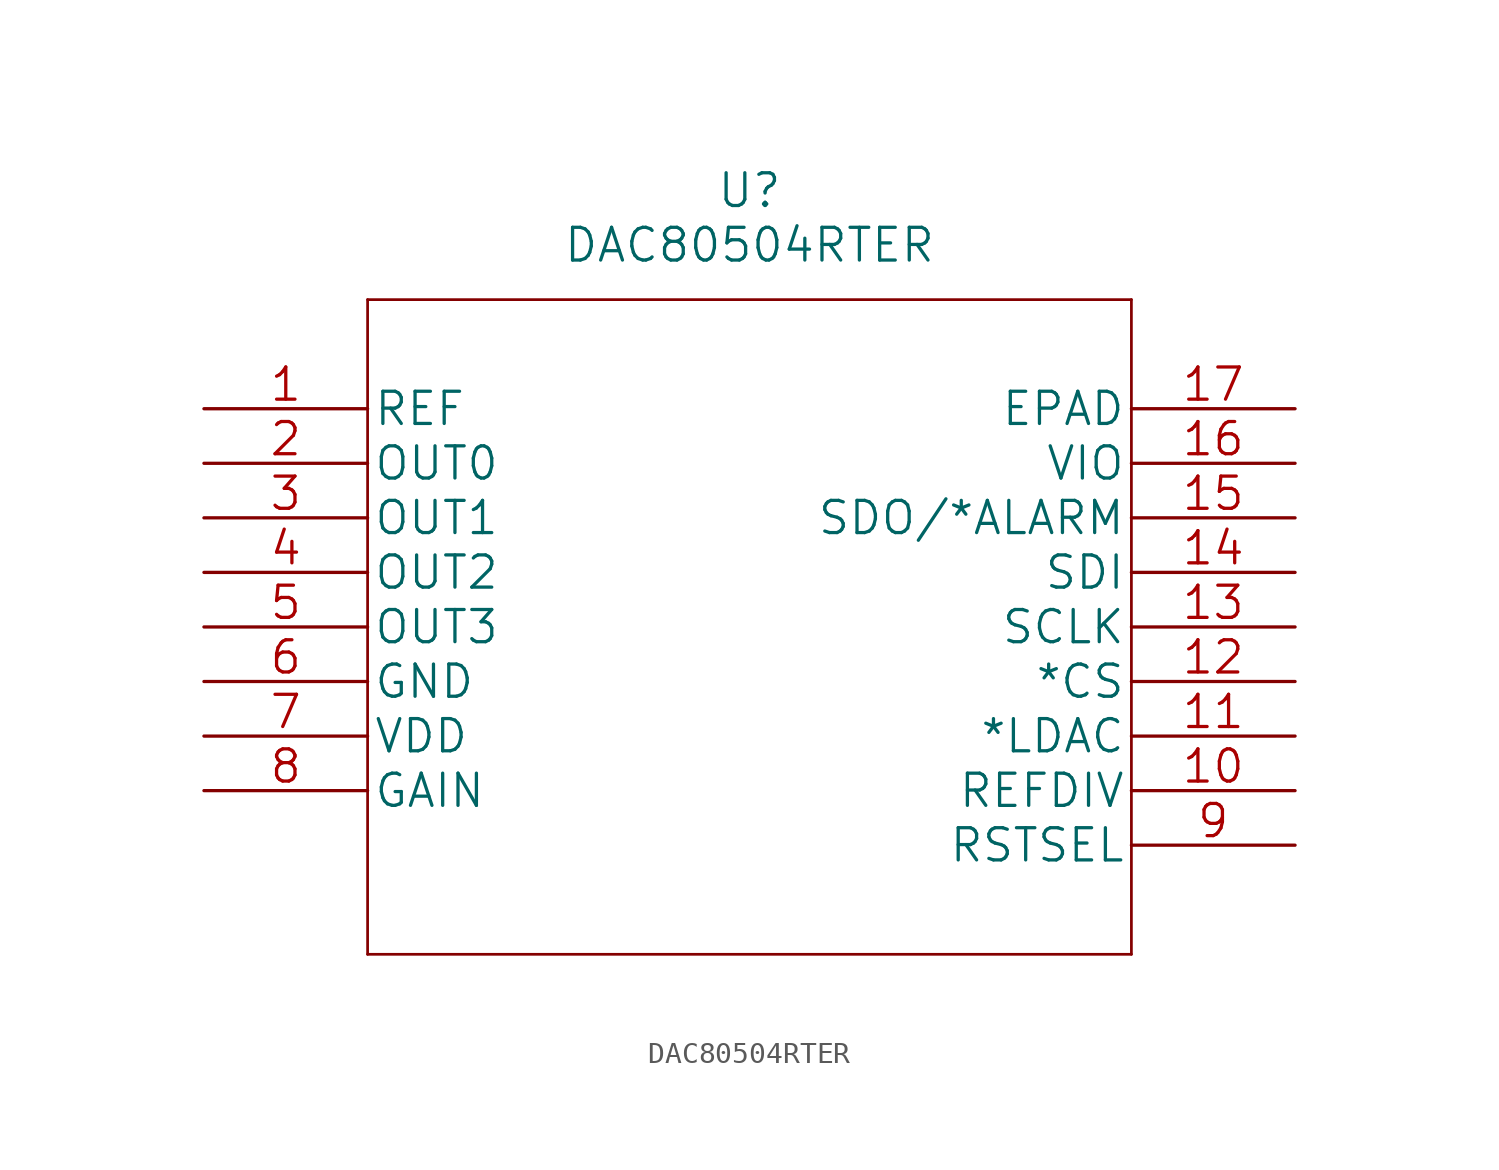
<source format=kicad_sym>
(kicad_symbol_lib
  (version 20220914)
  (generator kicad_symbol_editor)
  (symbol "DAC80504RTER"
    (pin_names
      (offset 0.254))
    (property "Reference" "U"
      (at 25.4 10.16 0)
      (effects (font (size 1.524 1.524))))
    (property "Value" "DAC80504RTER"
      (at 25.4 7.62 0)
      (effects (font (size 1.524 1.524))))
    (property "Datasheet" ""
      (at 0 0 0)
      (effects (font (size 1.524 1.524))))
    (property "ki_locked" ""
      (at 0 0 0)
      (effects (font (size 1.27 1.27))))
    (symbol "DAC80504RTER_1_1"
      (polyline (pts (xy 7.62 -25.4) (xy 43.18 -25.4)) (stroke (width 0.127) (type solid)) (fill (type none)))
      (polyline (pts (xy 7.62 5.08) (xy 7.62 -25.4)) (stroke (width 0.127) (type solid)) (fill (type none)))
      (polyline (pts (xy 43.18 -25.4) (xy 43.18 5.08)) (stroke (width 0.127) (type solid)) (fill (type none)))
      (polyline (pts (xy 43.18 5.08) (xy 7.62 5.08)) (stroke (width 0.127) (type solid)) (fill (type none)))
      (pin bidirectional line (at 0 0 0) (length 7.62) (name "REF" (effects (font (size 1.499 1.499)))) (number "1" (effects (font (size 1.499 1.499)))))
      (pin input line (at 50.8 -17.78 180) (length 7.62) (name "REFDIV" (effects (font (size 1.499 1.499)))) (number "10" (effects (font (size 1.499 1.499)))))
      (pin input line (at 50.8 -15.24 180) (length 7.62) (name "*LDAC" (effects (font (size 1.499 1.499)))) (number "11" (effects (font (size 1.499 1.499)))))
      (pin input line (at 50.8 -12.7 180) (length 7.62) (name "*CS" (effects (font (size 1.499 1.499)))) (number "12" (effects (font (size 1.499 1.499)))))
      (pin input line (at 50.8 -10.16 180) (length 7.62) (name "SCLK" (effects (font (size 1.499 1.499)))) (number "13" (effects (font (size 1.499 1.499)))))
      (pin input line (at 50.8 -7.62 180) (length 7.62) (name "SDI" (effects (font (size 1.499 1.499)))) (number "14" (effects (font (size 1.499 1.499)))))
      (pin output line (at 50.8 -5.08 180) (length 7.62) (name "SDO/*ALARM" (effects (font (size 1.499 1.499)))) (number "15" (effects (font (size 1.499 1.499)))))
      (pin power_in line (at 50.8 -2.54 180) (length 7.62) (name "VIO" (effects (font (size 1.499 1.499)))) (number "16" (effects (font (size 1.499 1.499)))))
      (pin unspecified line (at 50.8 0 180) (length 7.62) (name "EPAD" (effects (font (size 1.499 1.499)))) (number "17" (effects (font (size 1.499 1.499)))))
      (pin output line (at 0 -2.54 0) (length 7.62) (name "OUT0" (effects (font (size 1.499 1.499)))) (number "2" (effects (font (size 1.499 1.499)))))
      (pin output line (at 0 -5.08 0) (length 7.62) (name "OUT1" (effects (font (size 1.499 1.499)))) (number "3" (effects (font (size 1.499 1.499)))))
      (pin output line (at 0 -7.62 0) (length 7.62) (name "OUT2" (effects (font (size 1.499 1.499)))) (number "4" (effects (font (size 1.499 1.499)))))
      (pin output line (at 0 -10.16 0) (length 7.62) (name "OUT3" (effects (font (size 1.499 1.499)))) (number "5" (effects (font (size 1.499 1.499)))))
      (pin power_in line (at 0 -12.7 0) (length 7.62) (name "GND" (effects (font (size 1.499 1.499)))) (number "6" (effects (font (size 1.499 1.499)))))
      (pin power_in line (at 0 -15.24 0) (length 7.62) (name "VDD" (effects (font (size 1.499 1.499)))) (number "7" (effects (font (size 1.499 1.499)))))
      (pin input line (at 0 -17.78 0) (length 7.62) (name "GAIN" (effects (font (size 1.499 1.499)))) (number "8" (effects (font (size 1.499 1.499)))))
      (pin input line (at 50.8 -20.32 180) (length 7.62) (name "RSTSEL" (effects (font (size 1.499 1.499)))) (number "9" (effects (font (size 1.499 1.499))))))))
</source>
